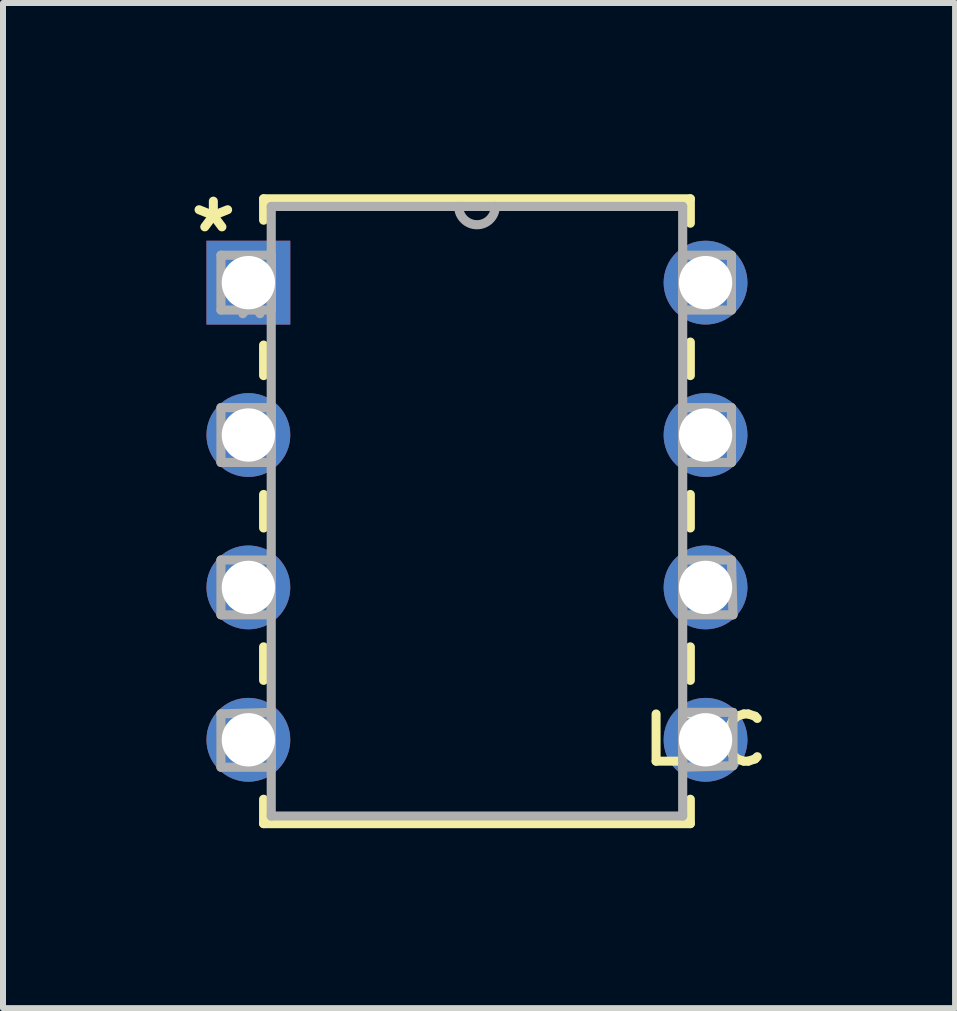
<source format=kicad_pcb>
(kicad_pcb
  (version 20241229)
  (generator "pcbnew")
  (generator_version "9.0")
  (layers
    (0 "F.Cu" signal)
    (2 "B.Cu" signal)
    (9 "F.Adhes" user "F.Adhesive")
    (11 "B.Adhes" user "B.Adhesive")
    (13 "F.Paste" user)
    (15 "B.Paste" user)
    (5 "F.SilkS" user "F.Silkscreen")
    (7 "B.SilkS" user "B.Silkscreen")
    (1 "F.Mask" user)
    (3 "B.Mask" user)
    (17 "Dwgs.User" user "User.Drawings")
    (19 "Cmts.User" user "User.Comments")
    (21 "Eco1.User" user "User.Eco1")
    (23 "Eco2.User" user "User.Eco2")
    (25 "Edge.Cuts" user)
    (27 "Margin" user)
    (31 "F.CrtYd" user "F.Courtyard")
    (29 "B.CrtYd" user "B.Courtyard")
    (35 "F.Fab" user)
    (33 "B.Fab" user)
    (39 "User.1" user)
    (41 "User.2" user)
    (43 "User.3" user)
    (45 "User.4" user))
  (footprint "LTC"
    (layer "F.Cu")
    (at 8.71 9.281)
    (property "Reference" "LTC" (at 0 0 0) (layer "F.SilkS") (effects (font (size 0.787 0.787) (thickness 0.15))))
    (attr through_hole)
    (fp_line (start -7.366 -9.017) (end -7.366 -8.661) (stroke (width 0.152) (type solid)) (layer "F.SilkS"))
    (fp_line (start -7.366 -6.579) (end -7.366 -6.071) (stroke (width 0.152) (type solid)) (layer "F.SilkS"))
    (fp_line (start -7.366 -4.089) (end -7.366 -3.531) (stroke (width 0.152) (type solid)) (layer "F.SilkS"))
    (fp_line (start -7.366 -1.549) (end -7.366 -0.991) (stroke (width 0.152) (type solid)) (layer "F.SilkS"))
    (fp_line (start -7.366 0.991) (end -7.366 1.397) (stroke (width 0.152) (type solid)) (layer "F.SilkS"))
    (fp_line (start -7.366 1.397) (end -0.254 1.397) (stroke (width 0.152) (type solid)) (layer "F.SilkS"))
    (fp_line (start -0.254 -9.017) (end -7.366 -9.017) (stroke (width 0.152) (type solid)) (layer "F.SilkS"))
    (fp_line (start -0.254 -8.611) (end -0.254 -9.017) (stroke (width 0.152) (type solid)) (layer "F.SilkS"))
    (fp_line (start -0.254 -6.071) (end -0.254 -6.629) (stroke (width 0.152) (type solid)) (layer "F.SilkS"))
    (fp_line (start -0.254 -3.531) (end -0.254 -4.089) (stroke (width 0.152) (type solid)) (layer "F.SilkS"))
    (fp_line (start -0.254 -0.991) (end -0.254 -1.549) (stroke (width 0.152) (type solid)) (layer "F.SilkS"))
    (fp_line (start -0.254 1.397) (end -0.254 0.991) (stroke (width 0.152) (type solid)) (layer "F.SilkS"))
    (fp_line (start -8.077 -8.077) (end -8.077 -7.163) (stroke (width 0.152) (type solid)) (layer "F.Fab"))
    (fp_line (start -8.077 -7.163) (end -7.239 -7.163) (stroke (width 0.152) (type solid)) (layer "F.Fab"))
    (fp_line (start -8.077 -5.537) (end -8.077 -4.623) (stroke (width 0.152) (type solid)) (layer "F.Fab"))
    (fp_line (start -8.077 -4.623) (end -7.239 -4.623) (stroke (width 0.152) (type solid)) (layer "F.Fab"))
    (fp_line (start -8.077 -2.997) (end -8.077 -2.083) (stroke (width 0.152) (type solid)) (layer "F.Fab"))
    (fp_line (start -8.077 -2.083) (end -7.239 -2.083) (stroke (width 0.152) (type solid)) (layer "F.Fab"))
    (fp_line (start -8.077 -0.432) (end -8.077 0.457) (stroke (width 0.152) (type solid)) (layer "F.Fab"))
    (fp_line (start -8.077 0.457) (end -7.239 0.457) (stroke (width 0.152) (type solid)) (layer "F.Fab"))
    (fp_line (start -7.239 -8.89) (end -7.239 1.27) (stroke (width 0.152) (type solid)) (layer "F.Fab"))
    (fp_line (start -7.239 -8.077) (end -8.077 -8.077) (stroke (width 0.152) (type solid)) (layer "F.Fab"))
    (fp_line (start -7.239 -7.163) (end -7.239 -8.077) (stroke (width 0.152) (type solid)) (layer "F.Fab"))
    (fp_line (start -7.239 -5.537) (end -8.077 -5.537) (stroke (width 0.152) (type solid)) (layer "F.Fab"))
    (fp_line (start -7.239 -4.623) (end -7.239 -5.537) (stroke (width 0.152) (type solid)) (layer "F.Fab"))
    (fp_line (start -7.239 -2.997) (end -8.077 -2.997) (stroke (width 0.152) (type solid)) (layer "F.Fab"))
    (fp_line (start -7.239 -2.083) (end -7.239 -2.997) (stroke (width 0.152) (type solid)) (layer "F.Fab"))
    (fp_line (start -7.239 -0.457) (end -8.077 -0.432) (stroke (width 0.152) (type solid)) (layer "F.Fab"))
    (fp_line (start -7.239 0.457) (end -7.239 -0.457) (stroke (width 0.152) (type solid)) (layer "F.Fab"))
    (fp_line (start -7.239 1.27) (end -0.381 1.27) (stroke (width 0.152) (type solid)) (layer "F.Fab"))
    (fp_line (start -4.115 -8.89) (end -7.239 -8.89) (stroke (width 0.152) (type solid)) (layer "F.Fab"))
    (fp_line (start -3.505 -8.89) (end -4.115 -8.89) (stroke (width 0.152) (type solid)) (layer "F.Fab"))
    (fp_line (start -0.381 -8.89) (end -3.505 -8.89) (stroke (width 0.152) (type solid)) (layer "F.Fab"))
    (fp_line (start -0.381 -8.077) (end -0.381 -7.163) (stroke (width 0.152) (type solid)) (layer "F.Fab"))
    (fp_line (start -0.381 -7.163) (end 0.432 -7.163) (stroke (width 0.152) (type solid)) (layer "F.Fab"))
    (fp_line (start -0.381 -5.537) (end -0.381 -4.623) (stroke (width 0.152) (type solid)) (layer "F.Fab"))
    (fp_line (start -0.381 -4.623) (end 0.432 -4.623) (stroke (width 0.152) (type solid)) (layer "F.Fab"))
    (fp_line (start -0.381 -2.997) (end -0.381 -2.083) (stroke (width 0.152) (type solid)) (layer "F.Fab"))
    (fp_line (start -0.381 -2.083) (end 0.457 -2.083) (stroke (width 0.152) (type solid)) (layer "F.Fab"))
    (fp_line (start -0.381 -0.457) (end -0.381 0.457) (stroke (width 0.152) (type solid)) (layer "F.Fab"))
    (fp_line (start -0.381 0.457) (end 0.457 0.432) (stroke (width 0.152) (type solid)) (layer "F.Fab"))
    (fp_line (start -0.381 1.27) (end -0.381 -8.89) (stroke (width 0.152) (type solid)) (layer "F.Fab"))
    (fp_line (start 0.432 -8.077) (end -0.381 -8.077) (stroke (width 0.152) (type solid)) (layer "F.Fab"))
    (fp_line (start 0.432 -7.163) (end 0.432 -8.077) (stroke (width 0.152) (type solid)) (layer "F.Fab"))
    (fp_line (start 0.432 -5.537) (end -0.381 -5.537) (stroke (width 0.152) (type solid)) (layer "F.Fab"))
    (fp_line (start 0.432 -4.623) (end 0.432 -5.537) (stroke (width 0.152) (type solid)) (layer "F.Fab"))
    (fp_line (start 0.432 -2.997) (end -0.381 -2.997) (stroke (width 0.152) (type solid)) (layer "F.Fab"))
    (fp_line (start 0.457 -2.083) (end 0.432 -2.997) (stroke (width 0.152) (type solid)) (layer "F.Fab"))
    (fp_line (start 0.457 -0.457) (end -0.381 -0.457) (stroke (width 0.152) (type solid)) (layer "F.Fab"))
    (fp_line (start 0.457 0.432) (end 0.457 -0.457) (stroke (width 0.152) (type solid)) (layer "F.Fab"))
    (fp_arc (start -3.5052 -8.89) (mid -3.81 -8.5852) (end -4.1148 -8.89) (stroke (width 0.1524) (type solid)) (layer "F.Fab"))
    (fp_text user "*" (at -8.204 -8.433 0) (layer "F.SilkS") (effects (font (size 1 1) (thickness 0.15))))
    (fp_text user "*" (at -7.569 -6.985 0) (layer "F.Fab") (effects (font (size 1 1) (thickness 0.15))))
    (pad "1" thru_hole rect (at -7.62 -7.62) (size 1.397 1.397) (drill 0.889) (layers "*.Cu" "*.Mask"))
    (pad "2" thru_hole circle (at -7.62 -5.08) (size 1.397 1.397) (drill 0.889) (layers "*.Cu" "*.Mask"))
    (pad "3" thru_hole circle (at -7.62 -2.54) (size 1.397 1.397) (drill 0.889) (layers "*.Cu" "*.Mask"))
    (pad "4" thru_hole circle (at -7.62 0) (size 1.397 1.397) (drill 0.889) (layers "*.Cu" "*.Mask"))
    (pad "5" thru_hole circle (at 0 0) (size 1.397 1.397) (drill 0.889) (layers "*.Cu" "*.Mask"))
    (pad "6" thru_hole circle (at 0 -2.54) (size 1.397 1.397) (drill 0.889) (layers "*.Cu" "*.Mask"))
    (pad "7" thru_hole circle (at 0 -5.08) (size 1.397 1.397) (drill 0.889) (layers "*.Cu" "*.Mask"))
    (pad "8" thru_hole circle (at 0 -7.62) (size 1.397 1.397) (drill 0.889) (layers "*.Cu" "*.Mask")))
  (gr_rect
    (start -3 -3)
    (end 12.869 13.754)
    (stroke (width 0.1) (type default))
    (fill no)
    (layer "Edge.Cuts")))
</source>
